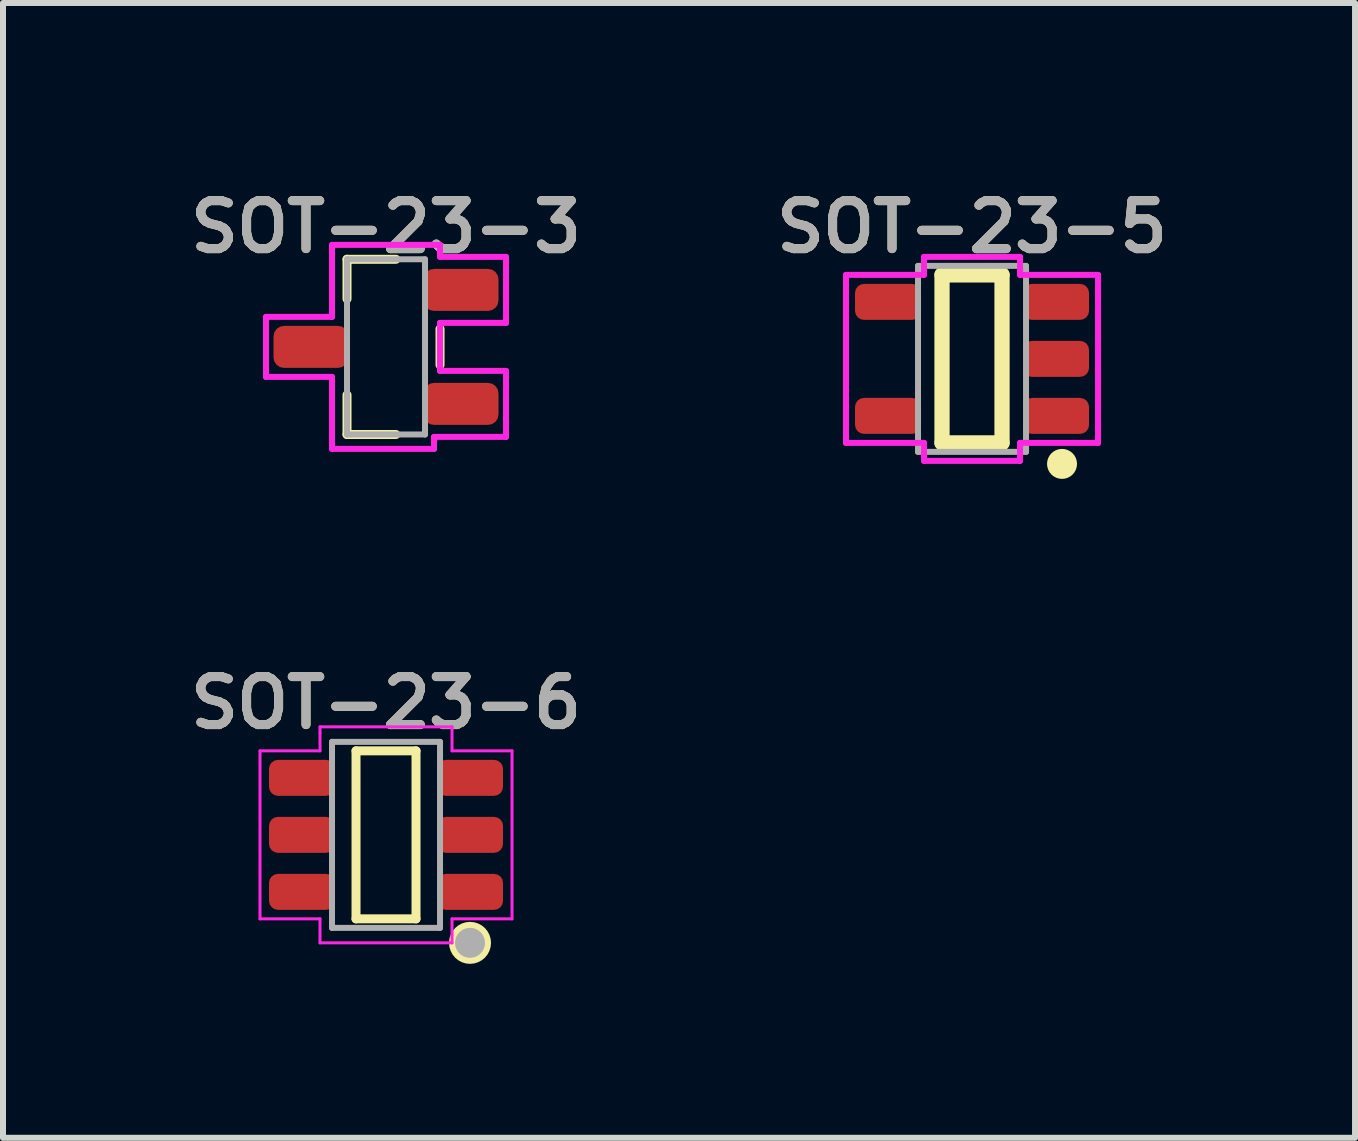
<source format=kicad_pcb>
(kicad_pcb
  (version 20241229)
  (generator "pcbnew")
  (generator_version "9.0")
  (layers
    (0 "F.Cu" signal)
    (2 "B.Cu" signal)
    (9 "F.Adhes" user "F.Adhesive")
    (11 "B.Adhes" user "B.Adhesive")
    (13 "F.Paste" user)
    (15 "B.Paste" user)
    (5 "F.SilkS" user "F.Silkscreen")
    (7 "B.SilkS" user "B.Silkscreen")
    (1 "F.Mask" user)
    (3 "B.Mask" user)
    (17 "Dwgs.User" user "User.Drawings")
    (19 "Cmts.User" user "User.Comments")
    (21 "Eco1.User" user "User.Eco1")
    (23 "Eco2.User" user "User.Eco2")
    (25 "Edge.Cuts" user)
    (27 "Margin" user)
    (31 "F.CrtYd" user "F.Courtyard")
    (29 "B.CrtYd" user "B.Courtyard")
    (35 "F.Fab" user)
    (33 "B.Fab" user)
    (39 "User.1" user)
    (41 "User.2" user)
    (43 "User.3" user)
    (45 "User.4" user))
  (footprint "SOT-23-6"
    (layer "F.Cu")
    (at 3.383 10.863)
    (property "Reference" "SOT-23-6" (at 0 -2.2 0) (layer "F.SilkS") (effects (font (size 0.8 0.8) (thickness 0.15))))
    (attr smd)
    (fp_line (start -0.5 -1.4) (end 0.5 -1.4) (stroke (width 0.15) (type solid)) (layer "F.SilkS"))
    (fp_line (start -0.5 1.4) (end -0.5 -1.4) (stroke (width 0.15) (type solid)) (layer "F.SilkS"))
    (fp_line (start -0.5 1.4) (end 0.5 1.4) (stroke (width 0.15) (type solid)) (layer "F.SilkS"))
    (fp_line (start 0.5 1.4) (end 0.5 -1.4) (stroke (width 0.15) (type solid)) (layer "F.SilkS"))
    (fp_circle (center 1.4 1.8) (end 1.5 1.8) (stroke (width 0.25) (type solid)) (fill no) (layer "F.SilkS"))
    (fp_line (start -2.1 -1.4) (end -1.1 -1.4) (stroke (width 0.05) (type solid)) (layer "F.CrtYd"))
    (fp_line (start -2.1 1.4) (end -2.1 -1.4) (stroke (width 0.05) (type solid)) (layer "F.CrtYd"))
    (fp_line (start -1.1 -1.8) (end 1.1 -1.8) (stroke (width 0.05) (type solid)) (layer "F.CrtYd"))
    (fp_line (start -1.1 -1.7) (end -1.1 -1.8) (stroke (width 0.05) (type solid)) (layer "F.CrtYd"))
    (fp_line (start -1.1 -1.4) (end -1.1 -1.7) (stroke (width 0.05) (type solid)) (layer "F.CrtYd"))
    (fp_line (start -1.1 1.4) (end -2.1 1.4) (stroke (width 0.05) (type solid)) (layer "F.CrtYd"))
    (fp_line (start -1.1 1.8) (end -1.1 1.4) (stroke (width 0.05) (type solid)) (layer "F.CrtYd"))
    (fp_line (start 1.1 -1.8) (end 1.1 -1.4) (stroke (width 0.05) (type solid)) (layer "F.CrtYd"))
    (fp_line (start 1.1 -1.4) (end 2.1 -1.4) (stroke (width 0.05) (type solid)) (layer "F.CrtYd"))
    (fp_line (start 1.1 1.4) (end 1.1 1.8) (stroke (width 0.05) (type solid)) (layer "F.CrtYd"))
    (fp_line (start 1.1 1.8) (end -1.1 1.8) (stroke (width 0.05) (type solid)) (layer "F.CrtYd"))
    (fp_line (start 2.1 -1.4) (end 2.1 1.4) (stroke (width 0.05) (type solid)) (layer "F.CrtYd"))
    (fp_line (start 2.1 1.4) (end 1.1 1.4) (stroke (width 0.05) (type solid)) (layer "F.CrtYd"))
    (fp_line (start -0.9 -1.55) (end 0.9 -1.55) (stroke (width 0.1) (type solid)) (layer "F.Fab"))
    (fp_line (start -0.9 1.55) (end -0.9 -1.55) (stroke (width 0.1) (type solid)) (layer "F.Fab"))
    (fp_line (start -0.9 1.55) (end 0.9 1.55) (stroke (width 0.1) (type solid)) (layer "F.Fab"))
    (fp_line (start 0.9 1.55) (end 0.9 -1.55) (stroke (width 0.1) (type solid)) (layer "F.Fab"))
    (fp_circle (center 1.4 1.8) (end 1.525 1.8) (stroke (width 0.25) (type solid)) (fill no) (layer "F.Fab"))
    (fp_text user "${REFERENCE}" (at 0 -2.2 0) (layer "F.Fab") (effects (font (size 0.8 0.8) (thickness 0.15))))
    (pad "1" smd roundrect (at 1.4 0.95 270) (size 0.6 1.1) (layers "F.Cu" "F.Mask" "F.Paste") (roundrect_rratio 0.25))
    (pad "2" smd roundrect (at 1.4 0 270) (size 0.6 1.1) (layers "F.Cu" "F.Mask" "F.Paste") (roundrect_rratio 0.25))
    (pad "3" smd roundrect (at 1.4 -0.95 270) (size 0.6 1.1) (layers "F.Cu" "F.Mask" "F.Paste") (roundrect_rratio 0.25))
    (pad "4" smd roundrect (at -1.4 -0.95 270) (size 0.6 1.1) (layers "F.Cu" "F.Mask" "F.Paste") (roundrect_rratio 0.25))
    (pad "5" smd roundrect (at -1.4 0 270) (size 0.6 1.1) (layers "F.Cu" "F.Mask" "F.Paste") (roundrect_rratio 0.25))
    (pad "6" smd roundrect (at -1.4 0.95 270) (size 0.6 1.1) (layers "F.Cu" "F.Mask" "F.Paste") (roundrect_rratio 0.25)))
  (footprint "SOT-23-3"
    (layer "F.Cu")
    (at 3.383 2.731)
    (property "Reference" "SOT-23-3" (at 0 -2 0) (layer "F.SilkS") (effects (font (size 0.8 0.8) (thickness 0.15))))
    (attr smd)
    (fp_line (start -0.65 -1.46) (end 0.165 -1.46) (stroke (width 0.15) (type solid)) (layer "F.SilkS"))
    (fp_line (start -0.65 -0.8) (end -0.65 -1.46) (stroke (width 0.15) (type solid)) (layer "F.SilkS"))
    (fp_line (start -0.65 1.46) (end -0.65 0.8) (stroke (width 0.15) (type solid)) (layer "F.SilkS"))
    (fp_line (start -0.65 1.46) (end 0.165 1.46) (stroke (width 0.15) (type solid)) (layer "F.SilkS"))
    (fp_line (start 0.9 0.3) (end 0.9 -0.3) (stroke (width 0.15) (type solid)) (layer "F.SilkS"))
    (fp_line (start -2 -0.5) (end -2 0.5) (stroke (width 0.1) (type solid)) (layer "F.CrtYd"))
    (fp_line (start -2 0.5) (end -0.9 0.5) (stroke (width 0.1) (type solid)) (layer "F.CrtYd"))
    (fp_line (start -0.9 -1.7) (end -0.9 -0.5) (stroke (width 0.1) (type solid)) (layer "F.CrtYd"))
    (fp_line (start -0.9 -0.5) (end -2 -0.5) (stroke (width 0.1) (type solid)) (layer "F.CrtYd"))
    (fp_line (start -0.9 0.5) (end -0.9 1.7) (stroke (width 0.1) (type solid)) (layer "F.CrtYd"))
    (fp_line (start -0.9 1.7) (end 0.8 1.7) (stroke (width 0.1) (type solid)) (layer "F.CrtYd"))
    (fp_line (start 0.8 1.5) (end 2 1.5) (stroke (width 0.1) (type solid)) (layer "F.CrtYd"))
    (fp_line (start 0.8 1.7) (end 0.8 1.5) (stroke (width 0.1) (type solid)) (layer "F.CrtYd"))
    (fp_line (start 0.9 -1.7) (end -0.9 -1.7) (stroke (width 0.1) (type solid)) (layer "F.CrtYd"))
    (fp_line (start 0.9 -1.5) (end 0.9 -1.7) (stroke (width 0.1) (type solid)) (layer "F.CrtYd"))
    (fp_line (start 0.9 -0.4) (end 2 -0.4) (stroke (width 0.1) (type solid)) (layer "F.CrtYd"))
    (fp_line (start 0.9 0.4) (end 0.9 -0.4) (stroke (width 0.1) (type solid)) (layer "F.CrtYd"))
    (fp_line (start 2 -1.5) (end 0.9 -1.5) (stroke (width 0.1) (type solid)) (layer "F.CrtYd"))
    (fp_line (start 2 -0.4) (end 2 -1.5) (stroke (width 0.1) (type solid)) (layer "F.CrtYd"))
    (fp_line (start 2 0.4) (end 0.9 0.4) (stroke (width 0.1) (type solid)) (layer "F.CrtYd"))
    (fp_line (start 2 1.5) (end 2 0.4) (stroke (width 0.1) (type solid)) (layer "F.CrtYd"))
    (fp_line (start -0.65 -1.46) (end 0.65 -1.46) (stroke (width 0.1) (type solid)) (layer "F.Fab"))
    (fp_line (start -0.65 1.46) (end -0.65 -1.46) (stroke (width 0.1) (type solid)) (layer "F.Fab"))
    (fp_line (start -0.65 1.46) (end 0.65 1.46) (stroke (width 0.1) (type solid)) (layer "F.Fab"))
    (fp_line (start 0.65 1.46) (end 0.65 -1.46) (stroke (width 0.1) (type solid)) (layer "F.Fab"))
    (fp_text user "${REFERENCE}" (at 0 -2 0) (layer "F.Fab") (effects (font (size 0.8 0.8) (thickness 0.15))))
    (pad "1" smd roundrect (at 1.25 0.95 270) (size 0.7 1.25) (layers "F.Cu" "F.Mask" "F.Paste") (roundrect_rratio 0.25))
    (pad "2" smd roundrect (at 1.25 -0.95 270) (size 0.7 1.25) (layers "F.Cu" "F.Mask" "F.Paste") (roundrect_rratio 0.25))
    (pad "3" smd roundrect (at -1.25 0 270) (size 0.7 1.25) (layers "F.Cu" "F.Mask" "F.Paste") (roundrect_rratio 0.25)))
  (footprint "SOT-23-5"
    (layer "F.Cu")
    (at 13.149 2.931)
    (property "Reference" "SOT-23-5" (at 0 -2.2 0) (layer "F.SilkS") (effects (font (size 0.8 0.8) (thickness 0.15))))
    (attr smd)
    (fp_line (start -0.5 -1.4) (end 0.5 -1.4) (stroke (width 0.254) (type solid)) (layer "F.SilkS"))
    (fp_line (start -0.5 1.4) (end -0.5 -1.4) (stroke (width 0.254) (type solid)) (layer "F.SilkS"))
    (fp_line (start -0.5 1.4) (end 0.5 1.4) (stroke (width 0.254) (type solid)) (layer "F.SilkS"))
    (fp_line (start 0.5 1.4) (end 0.5 -1.4) (stroke (width 0.254) (type solid)) (layer "F.SilkS"))
    (fp_circle (center 1.5 1.75) (end 1.625 1.75) (stroke (width 0.25) (type solid)) (fill no) (layer "F.SilkS"))
    (fp_line (start -2.1 -1.4) (end -2.1 1.4) (stroke (width 0.1) (type solid)) (layer "F.CrtYd"))
    (fp_line (start -2.1 1.4) (end -0.8 1.4) (stroke (width 0.1) (type solid)) (layer "F.CrtYd"))
    (fp_line (start -0.8 -1.7) (end -0.8 -1.4) (stroke (width 0.1) (type solid)) (layer "F.CrtYd"))
    (fp_line (start -0.8 -1.4) (end -2.1 -1.4) (stroke (width 0.1) (type solid)) (layer "F.CrtYd"))
    (fp_line (start -0.8 1.4) (end -0.8 1.7) (stroke (width 0.1) (type solid)) (layer "F.CrtYd"))
    (fp_line (start -0.8 1.7) (end 0.8 1.7) (stroke (width 0.1) (type solid)) (layer "F.CrtYd"))
    (fp_line (start 0.8 -1.7) (end -0.8 -1.7) (stroke (width 0.1) (type solid)) (layer "F.CrtYd"))
    (fp_line (start 0.8 -1.4) (end 0.8 -1.7) (stroke (width 0.1) (type solid)) (layer "F.CrtYd"))
    (fp_line (start 0.8 1.4) (end 2.1 1.4) (stroke (width 0.1) (type solid)) (layer "F.CrtYd"))
    (fp_line (start 0.8 1.7) (end 0.8 1.4) (stroke (width 0.1) (type solid)) (layer "F.CrtYd"))
    (fp_line (start 2.1 -1.4) (end 0.8 -1.4) (stroke (width 0.1) (type solid)) (layer "F.CrtYd"))
    (fp_line (start 2.1 1.4) (end 2.1 -1.4) (stroke (width 0.1) (type solid)) (layer "F.CrtYd"))
    (fp_line (start -0.9 -1.55) (end 0.9 -1.55) (stroke (width 0.1) (type solid)) (layer "F.Fab"))
    (fp_line (start -0.9 1.55) (end -0.9 -1.55) (stroke (width 0.1) (type solid)) (layer "F.Fab"))
    (fp_line (start -0.9 1.55) (end 0.9 1.55) (stroke (width 0.1) (type solid)) (layer "F.Fab"))
    (fp_line (start 0.9 1.55) (end 0.9 -1.55) (stroke (width 0.1) (type solid)) (layer "F.Fab"))
    (fp_text user "${REFERENCE}" (at 0 -2.2 0) (layer "F.Fab") (effects (font (size 0.8 0.8) (thickness 0.15))))
    (pad "1" smd roundrect (at 1.4 0.95 270) (size 0.6 1.1) (layers "F.Cu" "F.Mask" "F.Paste") (roundrect_rratio 0.25))
    (pad "2" smd roundrect (at 1.4 0 270) (size 0.6 1.1) (layers "F.Cu" "F.Mask" "F.Paste") (roundrect_rratio 0.25))
    (pad "3" smd roundrect (at 1.4 -0.95 270) (size 0.6 1.1) (layers "F.Cu" "F.Mask" "F.Paste") (roundrect_rratio 0.25))
    (pad "4" smd roundrect (at -1.4 -0.95 270) (size 0.6 1.1) (layers "F.Cu" "F.Mask" "F.Paste") (roundrect_rratio 0.25))
    (pad "5" smd roundrect (at -1.4 0.95 270) (size 0.6 1.1) (layers "F.Cu" "F.Mask" "F.Paste") (roundrect_rratio 0.25)))
  (gr_rect
    (start -3 -3)
    (end 19.532 15.912)
    (stroke (width 0.1) (type default))
    (fill no)
    (layer "Edge.Cuts")))
</source>
